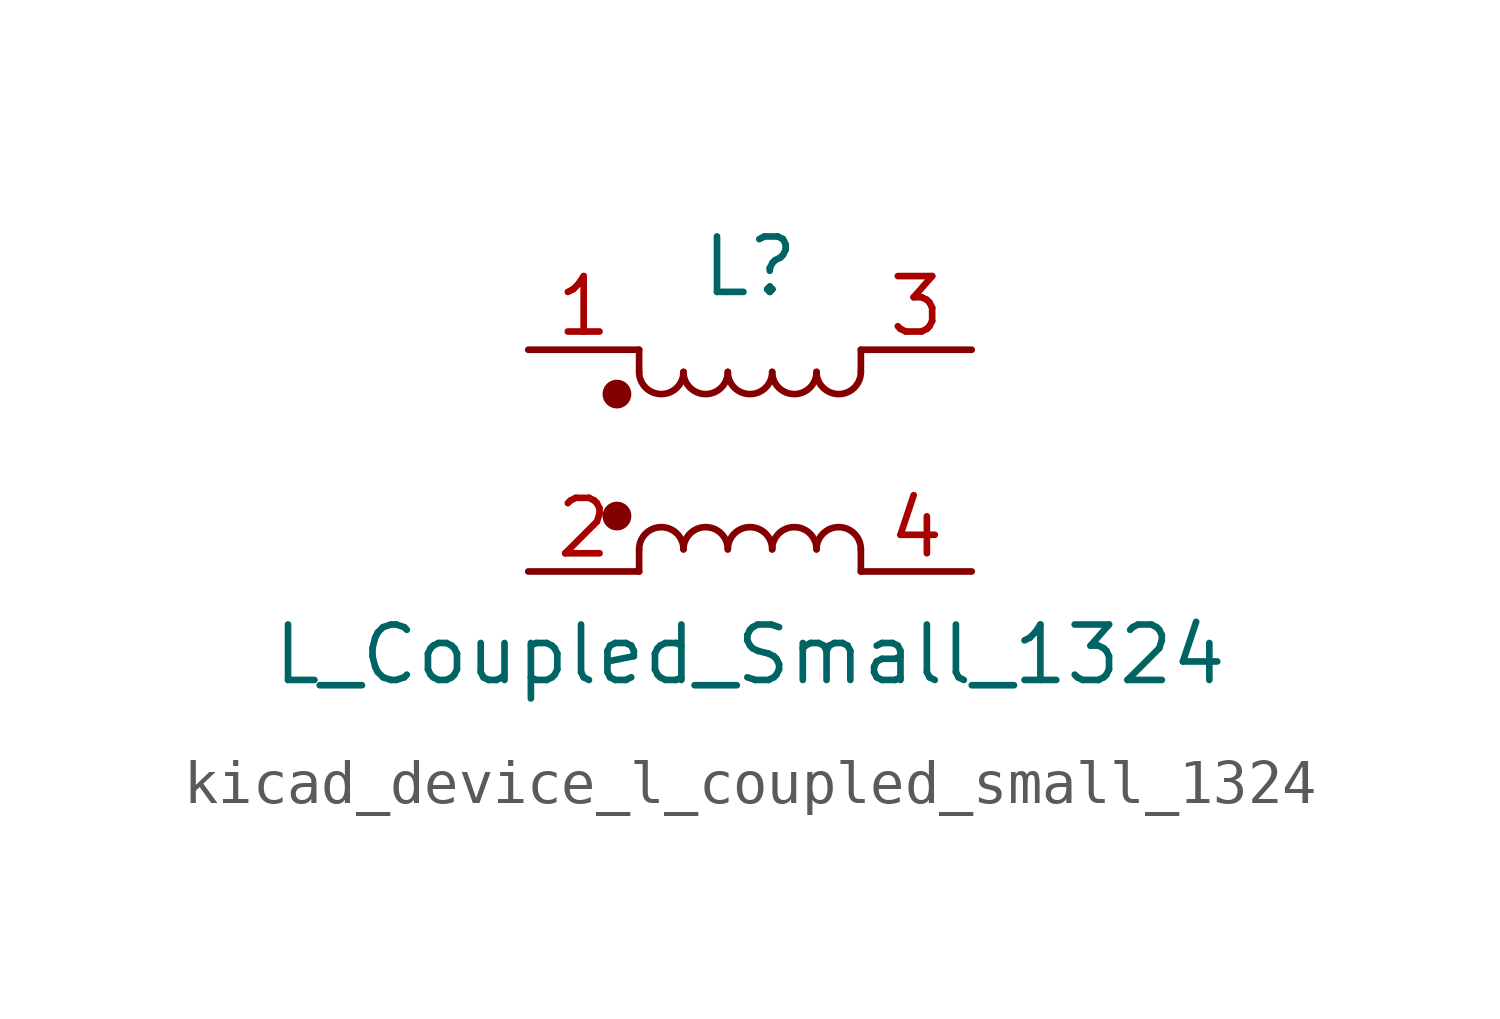
<source format=kicad_sym>
(kicad_symbol_lib
  (version 20220914)
  (generator kicad_symbol_editor)
  (symbol "kicad_device_l_coupled_small_1324"
    (pin_names
      (offset 0.254) hide)
    (property "Reference" "L"
      (at 0 4.445 0)
      (effects (font (size 1.27 1.27))))
    (property "Value" "L_Coupled_Small_1324"
      (at 0 -4.445 0)
      (effects (font (size 1.27 1.27))))
    (symbol "kicad_device_l_coupled_small_1324_0_1"
      (circle (center -3.048 -1.27) (radius 0.254) (stroke (width 0) (type default)) (fill (type outline)))
      (circle (center -3.048 1.524) (radius 0.254) (stroke (width 0) (type default)) (fill (type outline)))
      (arc (start -2.54 2.032) (mid -2.032 1.5262) (end -1.524 2.032) (stroke (width 0) (type default)) (fill (type none)))
      (arc (start -1.524 -2.032) (mid -2.032 -1.5262) (end -2.54 -2.032) (stroke (width 0) (type default)) (fill (type none)))
      (arc (start -1.524 2.032) (mid -1.016 1.5262) (end -0.508 2.032) (stroke (width 0) (type default)) (fill (type none)))
      (arc (start -0.508 -2.032) (mid -1.016 -1.5262) (end -1.524 -2.032) (stroke (width 0) (type default)) (fill (type none)))
      (arc (start -0.508 2.032) (mid 0 1.5262) (end 0.508 2.032) (stroke (width 0) (type default)) (fill (type none)))
      (polyline (pts (xy -2.54 -2.032) (xy -2.54 -2.54)) (stroke (width 0) (type default)) (fill (type none)))
      (polyline (pts (xy -2.54 2.032) (xy -2.54 2.54)) (stroke (width 0) (type default)) (fill (type none)))
      (polyline (pts (xy 2.54 -2.032) (xy 2.54 -2.54)) (stroke (width 0) (type default)) (fill (type none)))
      (polyline (pts (xy 2.54 2.54) (xy 2.54 2.032)) (stroke (width 0) (type default)) (fill (type none)))
      (arc (start 0.508 -2.032) (mid 0 -1.5262) (end -0.508 -2.032) (stroke (width 0) (type default)) (fill (type none)))
      (arc (start 0.508 2.032) (mid 1.016 1.5262) (end 1.524 2.032) (stroke (width 0) (type default)) (fill (type none)))
      (arc (start 1.524 -2.032) (mid 1.016 -1.5262) (end 0.508 -2.032) (stroke (width 0) (type default)) (fill (type none)))
      (arc (start 1.524 2.032) (mid 2.032 1.5262) (end 2.54 2.032) (stroke (width 0) (type default)) (fill (type none)))
      (arc (start 2.54 -2.032) (mid 2.032 -1.5262) (end 1.524 -2.032) (stroke (width 0) (type default)) (fill (type none))))
    (symbol "kicad_device_l_coupled_small_1324_1_1"
      (pin passive line (at -5.08 2.54 0) (length 2.54) (name "1" (effects (font (size 1.27 1.27)))) (number "1" (effects (font (size 1.27 1.27)))))
      (pin passive line (at -5.08 -2.54 0) (length 2.54) (name "2" (effects (font (size 1.27 1.27)))) (number "2" (effects (font (size 1.27 1.27)))))
      (pin passive line (at 5.08 2.54 180) (length 2.54) (name "3" (effects (font (size 1.27 1.27)))) (number "3" (effects (font (size 1.27 1.27)))))
      (pin passive line (at 5.08 -2.54 180) (length 2.54) (name "4" (effects (font (size 1.27 1.27)))) (number "4" (effects (font (size 1.27 1.27))))))))
</source>
